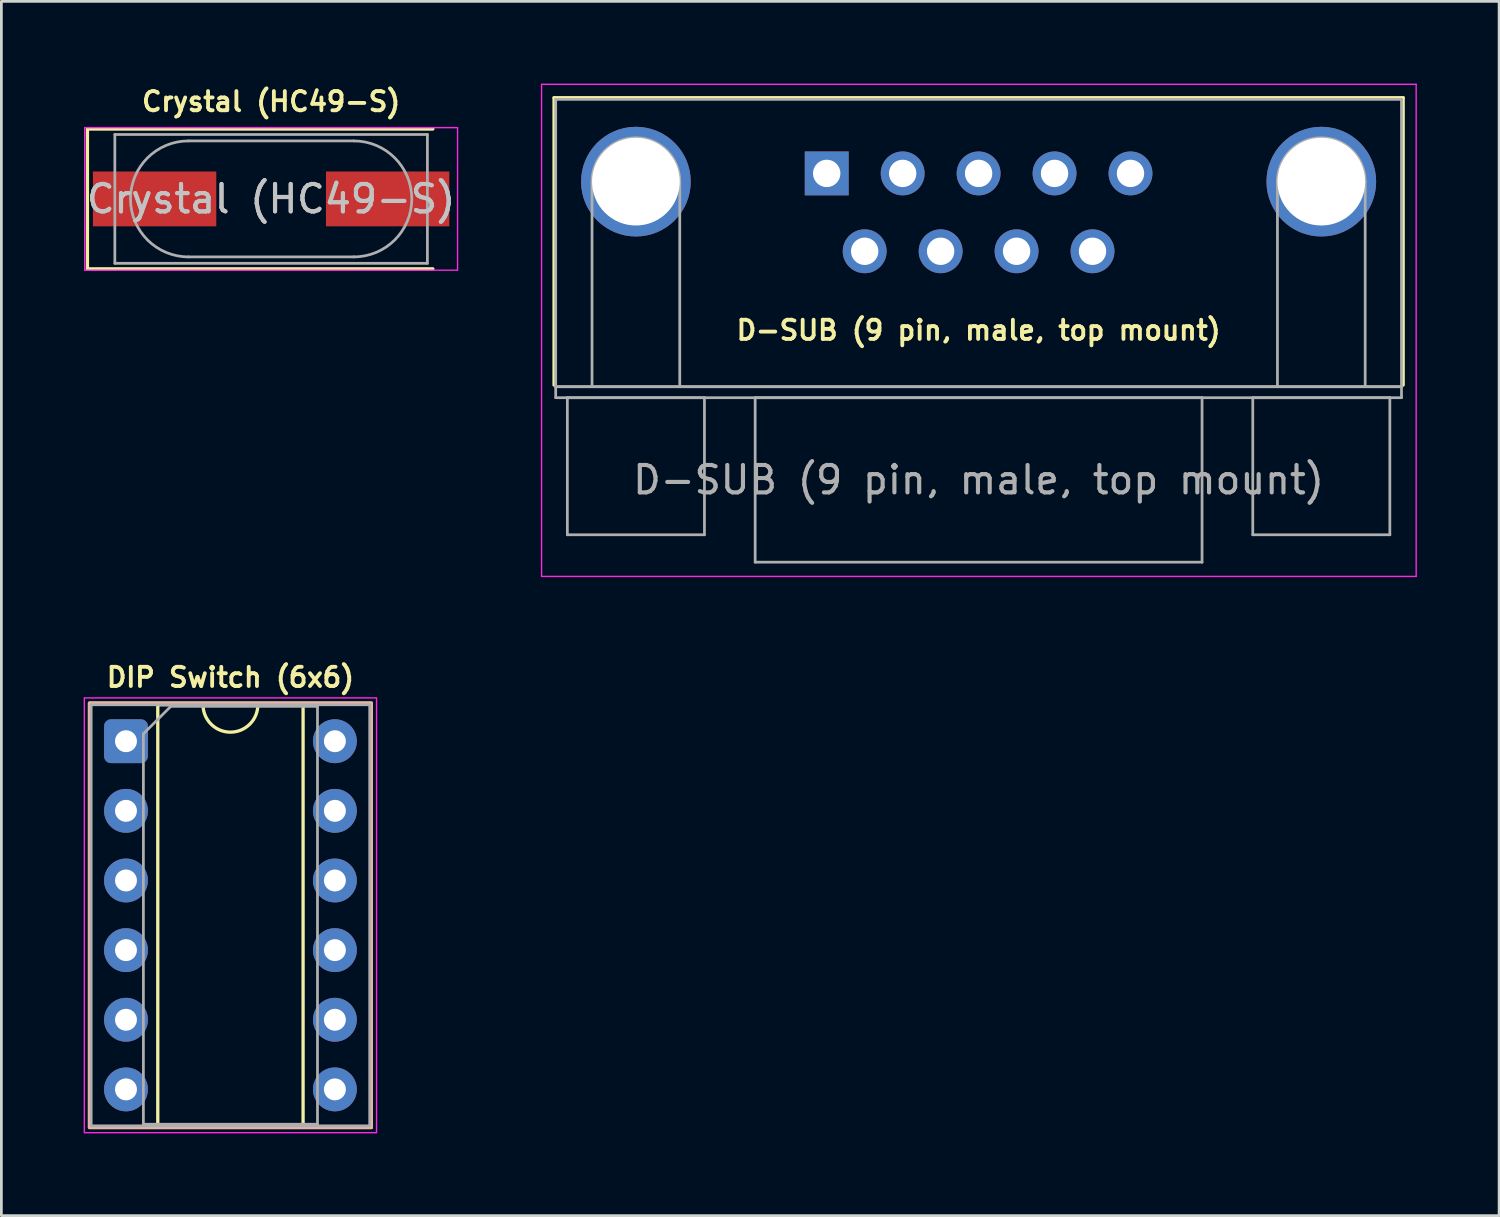
<source format=kicad_pcb>
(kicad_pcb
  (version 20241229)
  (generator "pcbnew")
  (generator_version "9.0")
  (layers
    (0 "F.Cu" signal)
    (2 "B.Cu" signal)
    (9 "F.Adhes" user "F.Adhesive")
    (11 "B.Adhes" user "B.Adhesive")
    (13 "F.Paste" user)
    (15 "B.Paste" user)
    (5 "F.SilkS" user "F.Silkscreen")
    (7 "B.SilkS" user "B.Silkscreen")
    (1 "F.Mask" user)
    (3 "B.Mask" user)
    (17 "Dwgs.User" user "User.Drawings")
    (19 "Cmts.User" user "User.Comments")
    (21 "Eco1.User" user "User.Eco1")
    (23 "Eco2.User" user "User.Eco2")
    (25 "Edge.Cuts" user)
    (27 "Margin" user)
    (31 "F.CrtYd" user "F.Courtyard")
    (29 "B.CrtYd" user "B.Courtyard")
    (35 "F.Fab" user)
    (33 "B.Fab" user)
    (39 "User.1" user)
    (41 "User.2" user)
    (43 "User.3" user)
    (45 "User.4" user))
  (footprint "Crystal (HC49-S)"
    (layer "F.Cu")
    (at 6.839 4.205)
    (property "Reference" "Crystal (HC49-S)" (at 0 -3.55 0) (layer "F.SilkS") (effects (font (size 0.7 0.7) (thickness 0.14) (bold yes))))
    (property "Value" "Crystal (HC49-S)" (at 0 3.55 0) (layer "F.Fab") (hide yes) (effects (font (size 1 1) (thickness 0.15))))
    (attr smd)
    (fp_line (start -6.7 -2.55) (end -6.7 2.55) (stroke (width 0.12) (type solid)) (layer "F.SilkS"))
    (fp_line (start -6.7 2.55) (end 5.9 2.55) (stroke (width 0.12) (type solid)) (layer "F.SilkS"))
    (fp_line (start 5.9 -2.55) (end -6.7 -2.55) (stroke (width 0.12) (type solid)) (layer "F.SilkS"))
    (fp_line (start -6.8 -2.6) (end -6.8 2.6) (stroke (width 0.05) (type solid)) (layer "F.CrtYd"))
    (fp_line (start -6.8 2.6) (end 6.8 2.6) (stroke (width 0.05) (type solid)) (layer "F.CrtYd"))
    (fp_line (start 6.8 -2.6) (end -6.8 -2.6) (stroke (width 0.05) (type solid)) (layer "F.CrtYd"))
    (fp_line (start 6.8 2.6) (end 6.8 -2.6) (stroke (width 0.05) (type solid)) (layer "F.CrtYd"))
    (fp_line (start -5.7 -2.35) (end -5.7 2.35) (stroke (width 0.1) (type solid)) (layer "F.Fab"))
    (fp_line (start -5.7 2.35) (end 5.7 2.35) (stroke (width 0.1) (type solid)) (layer "F.Fab"))
    (fp_line (start -3.015 -2.115) (end 3.015 -2.115) (stroke (width 0.1) (type solid)) (layer "F.Fab"))
    (fp_line (start -3.015 2.115) (end 3.015 2.115) (stroke (width 0.1) (type solid)) (layer "F.Fab"))
    (fp_line (start 5.7 -2.35) (end -5.7 -2.35) (stroke (width 0.1) (type solid)) (layer "F.Fab"))
    (fp_line (start 5.7 2.35) (end 5.7 -2.35) (stroke (width 0.1) (type solid)) (layer "F.Fab"))
    (fp_arc (start -3.015 2.115) (mid -5.13 0) (end -3.015 -2.115) (stroke (width 0.1) (type solid)) (layer "F.Fab"))
    (fp_arc (start 3.015 -2.115) (mid 5.13 0) (end 3.015 2.115) (stroke (width 0.1) (type solid)) (layer "F.Fab"))
    (fp_text user "${VALUE}" (at 0 0 0) (layer "Dwgs.User") (effects (font (size 1 1) (thickness 0.15))))
    (fp_text user "${REFERENCE}" (at 0 0 0) (layer "F.Fab") (effects (font (size 1 1) (thickness 0.15))))
    (pad "1" smd rect (at -4.25 0) (size 4.5 2) (layers "F.Cu" "F.Mask" "F.Paste"))
    (pad "2" smd rect (at 4.25 0) (size 4.5 2) (layers "F.Cu" "F.Mask" "F.Paste")))
  (footprint "DIP Switch (6x6)"
    (layer "F.Cu")
    (at 1.545 23.985)
    (property "Reference" "DIP Switch (6x6)" (at 3.81 -2.33 0) (layer "F.SilkS") (effects (font (size 0.7 0.7) (thickness 0.14) (bold yes))))
    (attr through_hole)
    (fp_line (start 1.16 -1.33) (end 1.16 14.03) (stroke (width 0.12) (type solid)) (layer "F.SilkS"))
    (fp_line (start 1.16 14.03) (end 6.46 14.03) (stroke (width 0.12) (type solid)) (layer "F.SilkS"))
    (fp_line (start 2.81 -1.33) (end 1.16 -1.33) (stroke (width 0.12) (type solid)) (layer "F.SilkS"))
    (fp_line (start 6.46 -1.33) (end 4.81 -1.33) (stroke (width 0.12) (type solid)) (layer "F.SilkS"))
    (fp_line (start 6.46 14.03) (end 6.46 -1.33) (stroke (width 0.12) (type solid)) (layer "F.SilkS"))
    (fp_rect (start -1.33 -1.39) (end 8.95 14.09) (stroke (width 0.12) (type solid)) (fill no) (layer "F.SilkS"))
    (fp_arc (start 4.81 -1.33) (mid 3.81 -0.33) (end 2.81 -1.33) (stroke (width 0.12) (type solid)) (layer "F.SilkS"))
    (fp_rect (start -1.33 -1.39) (end 8.95 14.09) (stroke (width 0.12) (type solid)) (fill no) (layer "B.SilkS"))
    (fp_rect (start -1.52 -1.58) (end 9.14 14.28) (stroke (width 0.05) (type solid)) (fill no) (layer "F.CrtYd"))
    (fp_line (start 0.635 -0.27) (end 1.635 -1.27) (stroke (width 0.1) (type solid)) (layer "F.Fab"))
    (fp_line (start 0.635 13.97) (end 0.635 -0.27) (stroke (width 0.1) (type solid)) (layer "F.Fab"))
    (fp_line (start 1.635 -1.27) (end 6.985 -1.27) (stroke (width 0.1) (type solid)) (layer "F.Fab"))
    (fp_line (start 6.985 -1.27) (end 6.985 13.97) (stroke (width 0.1) (type solid)) (layer "F.Fab"))
    (fp_line (start 6.985 13.97) (end 0.635 13.97) (stroke (width 0.1) (type solid)) (layer "F.Fab"))
    (fp_rect (start -1.27 -1.33) (end 8.89 14.03) (stroke (width 0.1) (type solid)) (fill no) (layer "F.Fab"))
    (pad "1" thru_hole roundrect (at 0 0) (size 1.6 1.6) (drill 0.8) (layers "*.Cu" "*.Mask") (roundrect_rratio 0.156))
    (pad "2" thru_hole circle (at 7.62 0) (size 1.6 1.6) (drill 0.8) (layers "*.Cu" "*.Mask"))
    (pad "3" thru_hole circle (at 0 2.54) (size 1.6 1.6) (drill 0.8) (layers "*.Cu" "*.Mask"))
    (pad "4" thru_hole circle (at 7.62 2.54) (size 1.6 1.6) (drill 0.8) (layers "*.Cu" "*.Mask"))
    (pad "5" thru_hole circle (at 0 5.08) (size 1.6 1.6) (drill 0.8) (layers "*.Cu" "*.Mask"))
    (pad "6" thru_hole circle (at 7.62 5.08) (size 1.6 1.6) (drill 0.8) (layers "*.Cu" "*.Mask"))
    (pad "7" thru_hole circle (at 0 7.62) (size 1.6 1.6) (drill 0.8) (layers "*.Cu" "*.Mask"))
    (pad "8" thru_hole circle (at 7.62 7.62) (size 1.6 1.6) (drill 0.8) (layers "*.Cu" "*.Mask"))
    (pad "9" thru_hole circle (at 0 10.16) (size 1.6 1.6) (drill 0.8) (layers "*.Cu" "*.Mask"))
    (pad "10" thru_hole circle (at 7.62 10.16) (size 1.6 1.6) (drill 0.8) (layers "*.Cu" "*.Mask"))
    (pad "11" thru_hole circle (at 0 12.7) (size 1.6 1.6) (drill 0.8) (layers "*.Cu" "*.Mask"))
    (pad "12" thru_hole circle (at 7.62 12.7) (size 1.6 1.6) (drill 0.8) (layers "*.Cu" "*.Mask")))
  (footprint "D-SUB (9 pin, male, top mount)"
    (layer "F.Cu")
    (at 27.104 3.275)
    (property "Reference" "D-SUB (9 pin, male, top mount)" (at 5.54 5.72 0) (layer "F.SilkS") (effects (font (size 0.7 0.7) (thickness 0.14) (bold yes))))
    (attr through_hole)
    (fp_line (start -9.945 -2.76) (end 21.025 -2.76) (stroke (width 0.12) (type solid)) (layer "F.SilkS"))
    (fp_line (start -9.945 7.72) (end -9.945 -2.76) (stroke (width 0.12) (type solid)) (layer "F.SilkS"))
    (fp_line (start 21.025 -2.76) (end 21.025 7.72) (stroke (width 0.12) (type solid)) (layer "F.SilkS"))
    (fp_line (start -10.4 -3.25) (end -10.4 14.7) (stroke (width 0.05) (type solid)) (layer "F.CrtYd"))
    (fp_line (start -10.4 14.7) (end 21.5 14.7) (stroke (width 0.05) (type solid)) (layer "F.CrtYd"))
    (fp_line (start 21.5 -3.25) (end -10.4 -3.25) (stroke (width 0.05) (type solid)) (layer "F.CrtYd"))
    (fp_line (start 21.5 14.7) (end 21.5 -3.25) (stroke (width 0.05) (type solid)) (layer "F.CrtYd"))
    (fp_line (start -9.885 -2.7) (end -9.885 7.78) (stroke (width 0.1) (type solid)) (layer "F.Fab"))
    (fp_line (start -9.885 7.78) (end -9.885 8.18) (stroke (width 0.1) (type solid)) (layer "F.Fab"))
    (fp_line (start -9.885 7.78) (end 20.965 7.78) (stroke (width 0.1) (type solid)) (layer "F.Fab"))
    (fp_line (start -9.885 8.18) (end 20.965 8.18) (stroke (width 0.1) (type solid)) (layer "F.Fab"))
    (fp_line (start -9.46 8.18) (end -9.46 13.18) (stroke (width 0.1) (type solid)) (layer "F.Fab"))
    (fp_line (start -9.46 13.18) (end -4.46 13.18) (stroke (width 0.1) (type solid)) (layer "F.Fab"))
    (fp_line (start -8.56 7.78) (end -8.56 0.3) (stroke (width 0.1) (type solid)) (layer "F.Fab"))
    (fp_line (start -5.36 7.78) (end -5.36 0.3) (stroke (width 0.1) (type solid)) (layer "F.Fab"))
    (fp_line (start -4.46 8.18) (end -9.46 8.18) (stroke (width 0.1) (type solid)) (layer "F.Fab"))
    (fp_line (start -4.46 13.18) (end -4.46 8.18) (stroke (width 0.1) (type solid)) (layer "F.Fab"))
    (fp_line (start -2.61 8.18) (end -2.61 14.18) (stroke (width 0.1) (type solid)) (layer "F.Fab"))
    (fp_line (start -2.61 14.18) (end 13.69 14.18) (stroke (width 0.1) (type solid)) (layer "F.Fab"))
    (fp_line (start 13.69 8.18) (end -2.61 8.18) (stroke (width 0.1) (type solid)) (layer "F.Fab"))
    (fp_line (start 13.69 14.18) (end 13.69 8.18) (stroke (width 0.1) (type solid)) (layer "F.Fab"))
    (fp_line (start 15.54 8.18) (end 15.54 13.18) (stroke (width 0.1) (type solid)) (layer "F.Fab"))
    (fp_line (start 15.54 13.18) (end 20.54 13.18) (stroke (width 0.1) (type solid)) (layer "F.Fab"))
    (fp_line (start 16.44 7.78) (end 16.44 0.3) (stroke (width 0.1) (type solid)) (layer "F.Fab"))
    (fp_line (start 19.64 7.78) (end 19.64 0.3) (stroke (width 0.1) (type solid)) (layer "F.Fab"))
    (fp_line (start 20.54 8.18) (end 15.54 8.18) (stroke (width 0.1) (type solid)) (layer "F.Fab"))
    (fp_line (start 20.54 13.18) (end 20.54 8.18) (stroke (width 0.1) (type solid)) (layer "F.Fab"))
    (fp_line (start 20.965 -2.7) (end -9.885 -2.7) (stroke (width 0.1) (type solid)) (layer "F.Fab"))
    (fp_line (start 20.965 7.78) (end -9.885 7.78) (stroke (width 0.1) (type solid)) (layer "F.Fab"))
    (fp_line (start 20.965 7.78) (end 20.965 -2.7) (stroke (width 0.1) (type solid)) (layer "F.Fab"))
    (fp_line (start 20.965 8.18) (end 20.965 7.78) (stroke (width 0.1) (type solid)) (layer "F.Fab"))
    (fp_arc (start -8.56 0.3) (mid -6.96 -1.3) (end -5.36 0.3) (stroke (width 0.1) (type solid)) (layer "F.Fab"))
    (fp_arc (start 16.44 0.3) (mid 18.04 -1.3) (end 19.64 0.3) (stroke (width 0.1) (type solid)) (layer "F.Fab"))
    (fp_text user "${REFERENCE}" (at 5.54 11.18 0) (layer "F.Fab") (effects (font (size 1 1) (thickness 0.15))))
    (pad "0" thru_hole circle (at -6.96 0.3) (size 4 4) (drill 3.2) (layers "*.Cu" "*.Mask"))
    (pad "0" thru_hole circle (at 18.04 0.3) (size 4 4) (drill 3.2) (layers "*.Cu" "*.Mask"))
    (pad "1" thru_hole rect (at 0 0) (size 1.6 1.6) (drill 1) (layers "*.Cu" "*.Mask"))
    (pad "2" thru_hole circle (at 2.77 0) (size 1.6 1.6) (drill 1) (layers "*.Cu" "*.Mask"))
    (pad "3" thru_hole circle (at 5.54 0) (size 1.6 1.6) (drill 1) (layers "*.Cu" "*.Mask"))
    (pad "4" thru_hole circle (at 8.31 0) (size 1.6 1.6) (drill 1) (layers "*.Cu" "*.Mask"))
    (pad "5" thru_hole circle (at 11.08 0) (size 1.6 1.6) (drill 1) (layers "*.Cu" "*.Mask"))
    (pad "6" thru_hole circle (at 1.385 2.84) (size 1.6 1.6) (drill 1) (layers "*.Cu" "*.Mask"))
    (pad "7" thru_hole circle (at 4.155 2.84) (size 1.6 1.6) (drill 1) (layers "*.Cu" "*.Mask"))
    (pad "8" thru_hole circle (at 6.925 2.84) (size 1.6 1.6) (drill 1) (layers "*.Cu" "*.Mask"))
    (pad "9" thru_hole circle (at 9.695 2.84) (size 1.6 1.6) (drill 1) (layers "*.Cu" "*.Mask")))
  (gr_rect
    (start -3 -3)
    (end 51.629 41.29)
    (stroke (width 0.1) (type default))
    (fill no)
    (layer "Edge.Cuts")))
</source>
